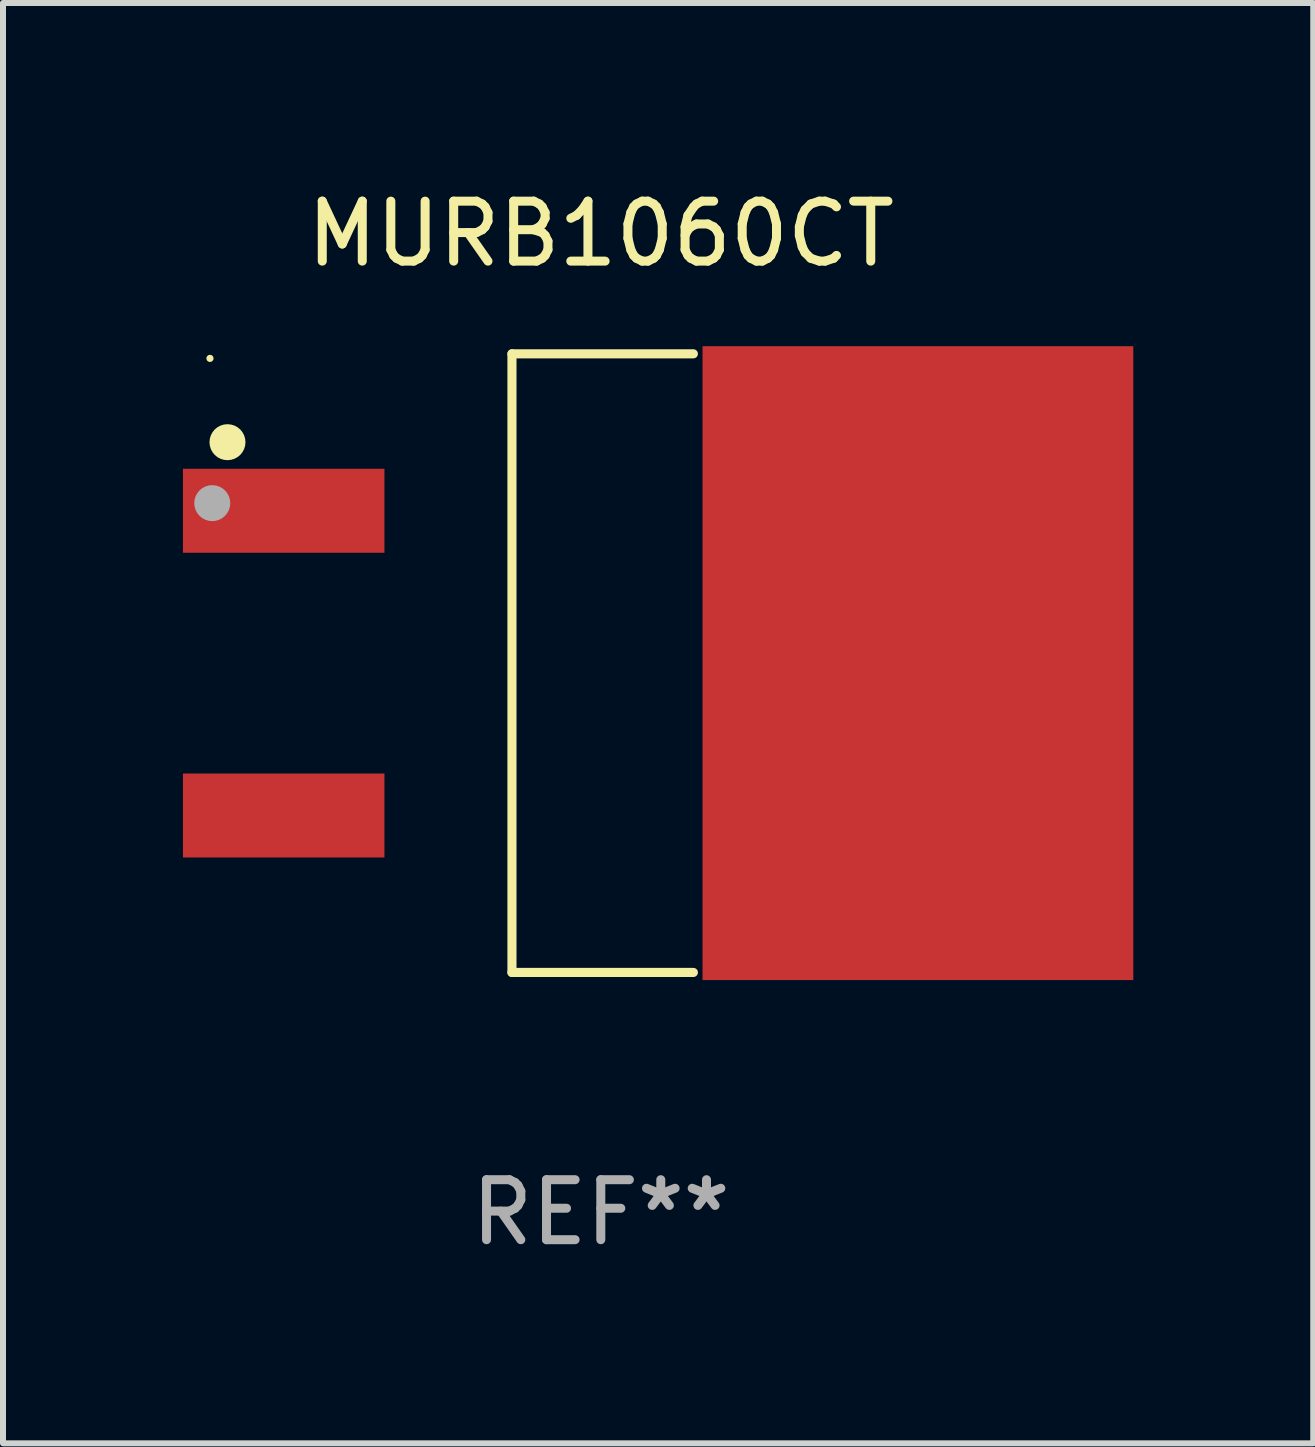
<source format=kicad_pcb>
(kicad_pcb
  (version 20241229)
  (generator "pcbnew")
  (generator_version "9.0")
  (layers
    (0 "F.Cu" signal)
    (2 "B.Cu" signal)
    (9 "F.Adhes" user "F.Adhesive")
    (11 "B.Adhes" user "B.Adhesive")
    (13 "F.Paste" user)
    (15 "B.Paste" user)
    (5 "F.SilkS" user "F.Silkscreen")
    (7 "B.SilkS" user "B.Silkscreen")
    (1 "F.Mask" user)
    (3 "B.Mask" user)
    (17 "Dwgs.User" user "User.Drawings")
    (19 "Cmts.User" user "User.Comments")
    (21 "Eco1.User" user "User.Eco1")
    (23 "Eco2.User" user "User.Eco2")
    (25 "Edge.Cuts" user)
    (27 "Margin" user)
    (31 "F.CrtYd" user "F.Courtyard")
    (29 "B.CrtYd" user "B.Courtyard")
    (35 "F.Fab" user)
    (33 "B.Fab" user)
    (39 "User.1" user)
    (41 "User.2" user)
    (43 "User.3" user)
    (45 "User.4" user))
  (footprint "MURB1060CT"
    (layer "F.Cu")
    (at 6.965 8.004)
    (property "Reference" "MURB1060CT" (at 0 -7.156 0) (layer "F.SilkS") (effects (font (size 1 1) (thickness 0.15))))
    (attr through_hole)
    (fp_line (start -1.481 -5.156) (end -1.481 5.156) (stroke (width 0.152) (type solid)) (layer "F.SilkS"))
    (fp_line (start 1.543 -5.156) (end -1.481 -5.156) (stroke (width 0.152) (type solid)) (layer "F.SilkS"))
    (fp_line (start 1.543 5.156) (end -1.481 5.156) (stroke (width 0.152) (type solid)) (layer "F.SilkS"))
    (fp_circle (center -6.515 -5.08) (end -6.485 -5.08) (stroke (width 0.06) (type solid)) (fill no) (layer "F.SilkS"))
    (fp_circle (center -6.223 -3.683) (end -6.073 -3.683) (stroke (width 0.3) (type solid)) (fill no) (layer "F.SilkS"))
    (fp_circle (center -6.477 -2.667) (end -6.327 -2.667) (stroke (width 0.3) (type solid)) (fill no) (layer "F.Fab"))
    (fp_text user "REF**" (at 0 9.156 0) (layer "F.Fab") (effects (font (size 1 1) (thickness 0.15))))
    (pad "1" smd rect (at -5.286 -2.54) (size 3.359 1.4) (layers "F.Cu" "F.Mask" "F.Paste"))
    (pad "3" smd rect (at -5.286 2.54) (size 3.359 1.4) (layers "F.Cu" "F.Mask" "F.Paste"))
    (pad "4" smd rect (at 5.286 0) (size 7.181 10.566) (layers "F.Cu" "F.Mask" "F.Paste")))
  (gr_rect
    (start -3 -3)
    (end 18.841 21.009)
    (stroke (width 0.1) (type default))
    (fill no)
    (layer "Edge.Cuts")))
</source>
